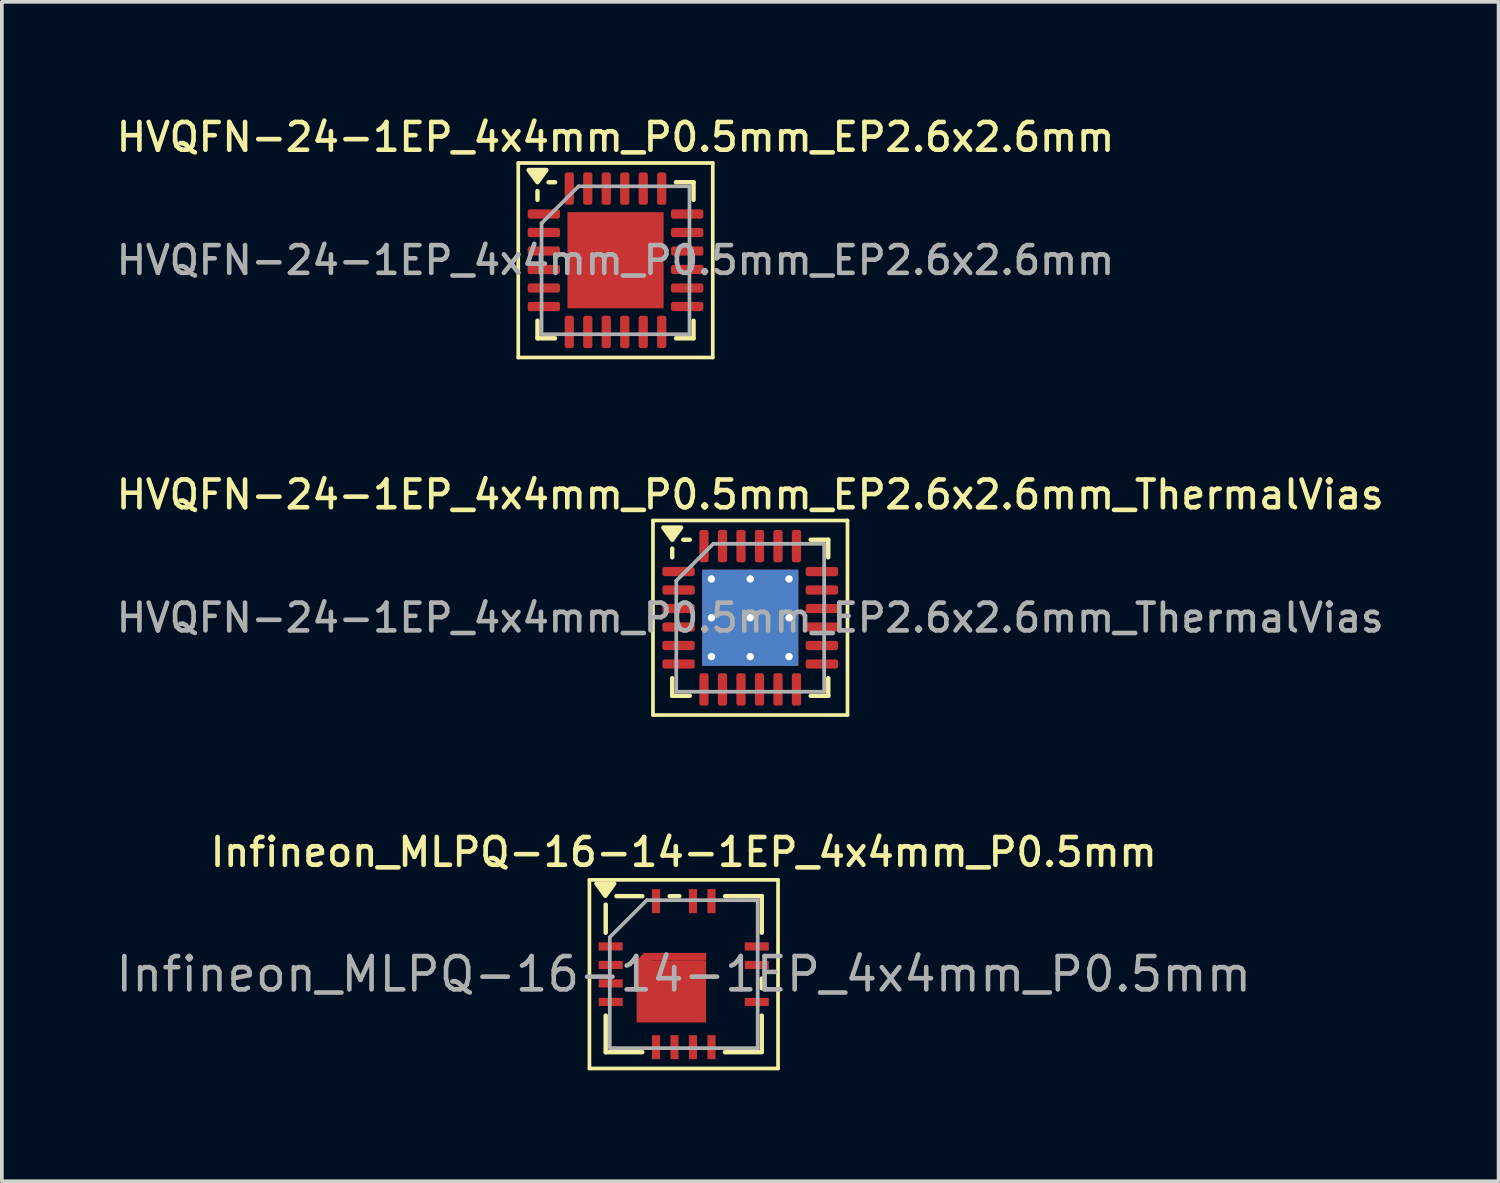
<source format=kicad_pcb>
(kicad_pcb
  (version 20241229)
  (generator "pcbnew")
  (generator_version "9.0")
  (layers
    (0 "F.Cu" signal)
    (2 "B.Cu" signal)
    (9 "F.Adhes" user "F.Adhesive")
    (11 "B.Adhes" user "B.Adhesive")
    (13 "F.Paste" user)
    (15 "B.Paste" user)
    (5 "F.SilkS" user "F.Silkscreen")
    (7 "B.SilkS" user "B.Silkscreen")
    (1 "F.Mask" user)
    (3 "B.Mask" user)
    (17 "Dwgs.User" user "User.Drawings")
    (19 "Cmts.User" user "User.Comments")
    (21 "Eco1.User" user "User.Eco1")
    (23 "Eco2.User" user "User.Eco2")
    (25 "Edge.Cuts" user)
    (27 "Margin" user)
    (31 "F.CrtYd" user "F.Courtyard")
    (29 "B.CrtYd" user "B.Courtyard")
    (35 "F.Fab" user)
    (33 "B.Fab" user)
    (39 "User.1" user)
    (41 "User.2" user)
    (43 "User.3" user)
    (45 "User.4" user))
  (footprint "Infineon_MLPQ-16-14-1EP_4x4mm_P0.5mm"
    (layer "F.Cu")
    (at 15.44 23.294)
    (property "Reference" "Infineon_MLPQ-16-14-1EP_4x4mm_P0.5mm" (at 0 -3.3 0) (layer "F.SilkS") (effects (font (size 0.75 0.75) (thickness 0.125))))
    (attr smd)
    (fp_line (start -2.55 -2.55) (end 2.55 -2.55) (stroke (width 0.1) (type solid)) (layer "F.SilkS"))
    (fp_line (start -2.55 2.55) (end -2.55 -2.55) (stroke (width 0.1) (type solid)) (layer "F.SilkS"))
    (fp_line (start -2.11 -1.88) (end -2.11 -1.12) (stroke (width 0.12) (type solid)) (layer "F.SilkS"))
    (fp_line (start -2.11 1.12) (end -2.11 2.11) (stroke (width 0.12) (type solid)) (layer "F.SilkS"))
    (fp_line (start -1.12 -2.11) (end -1.82 -2.11) (stroke (width 0.12) (type solid)) (layer "F.SilkS"))
    (fp_line (start -1.12 2.11) (end -2.11 2.11) (stroke (width 0.12) (type solid)) (layer "F.SilkS"))
    (fp_line (start -0.12 -2.11) (end -0.38 -2.11) (stroke (width 0.12) (type solid)) (layer "F.SilkS"))
    (fp_line (start 2.105 2.11) (end 1.115 2.11) (stroke (width 0.12) (type solid)) (layer "F.SilkS"))
    (fp_line (start 2.11 -2.11) (end 1.12 -2.11) (stroke (width 0.12) (type solid)) (layer "F.SilkS"))
    (fp_line (start 2.11 -2.11) (end 2.11 -1.12) (stroke (width 0.12) (type solid)) (layer "F.SilkS"))
    (fp_line (start 2.11 0.12) (end 2.11 0.38) (stroke (width 0.12) (type solid)) (layer "F.SilkS"))
    (fp_line (start 2.11 1.12) (end 2.11 2.1) (stroke (width 0.12) (type solid)) (layer "F.SilkS"))
    (fp_line (start 2.55 -2.55) (end 2.55 2.55) (stroke (width 0.1) (type solid)) (layer "F.SilkS"))
    (fp_line (start 2.55 2.55) (end -2.55 2.55) (stroke (width 0.1) (type solid)) (layer "F.SilkS"))
    (fp_poly (pts (xy -2.12 -2.12) (xy -2.36 -2.45) (xy -1.88 -2.45) (xy -2.12 -2.12)) (stroke (width 0.12) (type solid)) (fill yes) (layer "F.SilkS"))
    (fp_line (start -2 2) (end -2 -1) (stroke (width 0.1) (type solid)) (layer "F.Fab"))
    (fp_line (start -1 -2) (end -2 -1) (stroke (width 0.1) (type solid)) (layer "F.Fab"))
    (fp_line (start -1 -2) (end 2 -2) (stroke (width 0.1) (type solid)) (layer "F.Fab"))
    (fp_line (start 2 -2) (end 2 2) (stroke (width 0.1) (type solid)) (layer "F.Fab"))
    (fp_line (start 2 2) (end -2 2) (stroke (width 0.1) (type solid)) (layer "F.Fab"))
    (fp_text user "${REFERENCE}" (at 0 0 0) (layer "F.Fab") (effects (font (size 0.9 0.9) (thickness 0.125))))
    (pad "" smd rect (at -0.335 -0.105) (size 1.5 0.8) (layers "F.Paste"))
    (pad "" smd rect (at -0.335 0.835) (size 1.5 0.8) (layers "F.Paste"))
    (pad "1" smd rect (at -1.975 -0.75) (size 0.65 0.22) (layers "F.Cu" "F.Mask" "F.Paste"))
    (pad "2" smd rect (at -1.975 -0.25) (size 0.65 0.22) (layers "F.Cu" "F.Mask" "F.Paste"))
    (pad "3" smd rect (at -1.975 0.25) (size 0.65 0.22) (layers "F.Cu" "F.Mask" "F.Paste"))
    (pad "4" smd rect (at -1.975 0.75) (size 0.65 0.22) (layers "F.Cu" "F.Mask" "F.Paste"))
    (pad "5" smd rect (at -0.75 1.975) (size 0.22 0.65) (layers "F.Cu" "F.Mask" "F.Paste"))
    (pad "6" smd rect (at -0.25 1.975) (size 0.22 0.65) (layers "F.Cu" "F.Mask" "F.Paste"))
    (pad "7" smd rect (at 0.25 1.975) (size 0.22 0.65) (layers "F.Cu" "F.Mask" "F.Paste"))
    (pad "8" smd rect (at 0.75 1.975) (size 0.22 0.65) (layers "F.Cu" "F.Mask" "F.Paste"))
    (pad "9" smd rect (at 1.975 0.75) (size 0.65 0.22) (layers "F.Cu" "F.Mask" "F.Paste"))
    (pad "11" smd rect (at 1.975 -0.25) (size 0.65 0.22) (layers "F.Cu" "F.Mask" "F.Paste"))
    (pad "12" smd rect (at 1.975 -0.75) (size 0.65 0.22) (layers "F.Cu" "F.Mask" "F.Paste"))
    (pad "13" smd rect (at 0.75 -1.975) (size 0.22 0.65) (layers "F.Cu" "F.Mask" "F.Paste"))
    (pad "14" smd rect (at 0.25 -1.975) (size 0.22 0.65) (layers "F.Cu" "F.Mask" "F.Paste"))
    (pad "16" smd rect (at -0.75 -1.975) (size 0.22 0.65) (layers "F.Cu" "F.Mask" "F.Paste"))
    (pad "17" smd rect (at -1.075 -0.375 45) (size 0.283 0.283) (layers "F.Cu" "F.Mask"))
    (pad "17" smd rect (at -0.335 0.465) (size 1.88 1.68) (layers "F.Cu" "F.Mask"))
    (pad "17" smd rect (at -0.235 -0.475) (size 1.68 0.2) (layers "F.Cu" "F.Mask")))
  (footprint "HVQFN-24-1EP_4x4mm_P0.5mm_EP2.6x2.6mm_ThermalVias"
    (layer "F.Cu")
    (at 17.238 13.656)
    (property "Reference" "HVQFN-24-1EP_4x4mm_P0.5mm_EP2.6x2.6mm_ThermalVias" (at 0 -3.33 0) (layer "F.SilkS") (effects (font (size 0.75 0.75) (thickness 0.125))))
    (attr smd)
    (fp_line (start -2.63 -2.63) (end -2.63 2.63) (stroke (width 0.1) (type solid)) (layer "F.SilkS"))
    (fp_line (start -2.63 2.63) (end 2.63 2.63) (stroke (width 0.1) (type solid)) (layer "F.SilkS"))
    (fp_line (start -2.11 -1.635) (end -2.11 -1.87) (stroke (width 0.12) (type solid)) (layer "F.SilkS"))
    (fp_line (start -2.11 2.11) (end -2.11 1.635) (stroke (width 0.12) (type solid)) (layer "F.SilkS"))
    (fp_line (start -1.635 -2.11) (end -1.81 -2.11) (stroke (width 0.12) (type solid)) (layer "F.SilkS"))
    (fp_line (start -1.635 2.11) (end -2.11 2.11) (stroke (width 0.12) (type solid)) (layer "F.SilkS"))
    (fp_line (start 1.635 -2.11) (end 2.11 -2.11) (stroke (width 0.12) (type solid)) (layer "F.SilkS"))
    (fp_line (start 1.635 2.11) (end 2.11 2.11) (stroke (width 0.12) (type solid)) (layer "F.SilkS"))
    (fp_line (start 2.11 -2.11) (end 2.11 -1.635) (stroke (width 0.12) (type solid)) (layer "F.SilkS"))
    (fp_line (start 2.11 2.11) (end 2.11 1.635) (stroke (width 0.12) (type solid)) (layer "F.SilkS"))
    (fp_line (start 2.63 -2.63) (end -2.63 -2.63) (stroke (width 0.1) (type solid)) (layer "F.SilkS"))
    (fp_line (start 2.63 2.63) (end 2.63 -2.63) (stroke (width 0.1) (type solid)) (layer "F.SilkS"))
    (fp_poly (pts (xy -2.11 -2.11) (xy -2.35 -2.44) (xy -1.87 -2.44) (xy -2.11 -2.11)) (stroke (width 0.12) (type solid)) (fill yes) (layer "F.SilkS"))
    (fp_line (start -2 -1) (end -1 -2) (stroke (width 0.1) (type solid)) (layer "F.Fab"))
    (fp_line (start -2 2) (end -2 -1) (stroke (width 0.1) (type solid)) (layer "F.Fab"))
    (fp_line (start -1 -2) (end 2 -2) (stroke (width 0.1) (type solid)) (layer "F.Fab"))
    (fp_line (start 2 -2) (end 2 2) (stroke (width 0.1) (type solid)) (layer "F.Fab"))
    (fp_line (start 2 2) (end -2 2) (stroke (width 0.1) (type solid)) (layer "F.Fab"))
    (fp_text user "${REFERENCE}" (at 0 0 0) (layer "F.Fab") (effects (font (size 0.75 0.75) (thickness 0.125))))
    (pad "" smd custom (at -0.525 -0.525) (size 0.825 0.825) (layers "F.Paste") (options (anchor circle)) (primitives (gr_poly (pts (xy -0.343 -0.227) (xy -0.227 -0.343) (xy 0.227 -0.343) (xy 0.343 -0.227) (xy 0.343 0.227) (xy 0.227 0.343) (xy -0.227 0.343) (xy -0.343 0.227)) (width 0.279) (fill yes))))
    (pad "" smd custom (at -0.525 0.525) (size 0.825 0.825) (layers "F.Paste") (options (anchor circle)) (primitives (gr_poly (pts (xy -0.343 -0.227) (xy -0.227 -0.343) (xy 0.227 -0.343) (xy 0.343 -0.227) (xy 0.343 0.227) (xy 0.227 0.343) (xy -0.227 0.343) (xy -0.343 0.227)) (width 0.279) (fill yes))))
    (pad "" smd custom (at 0.525 -0.525) (size 0.825 0.825) (layers "F.Paste") (options (anchor circle)) (primitives (gr_poly (pts (xy -0.343 -0.227) (xy -0.227 -0.343) (xy 0.227 -0.343) (xy 0.343 -0.227) (xy 0.343 0.227) (xy 0.227 0.343) (xy -0.227 0.343) (xy -0.343 0.227)) (width 0.279) (fill yes))))
    (pad "" smd custom (at 0.525 0.525) (size 0.825 0.825) (layers "F.Paste") (options (anchor circle)) (primitives (gr_poly (pts (xy -0.343 -0.227) (xy -0.227 -0.343) (xy 0.227 -0.343) (xy 0.343 -0.227) (xy 0.343 0.227) (xy 0.227 0.343) (xy -0.227 0.343) (xy -0.343 0.227)) (width 0.279) (fill yes))))
    (pad "1" smd roundrect (at -1.938 -1.25) (size 0.875 0.25) (layers "F.Cu" "F.Mask" "F.Paste") (roundrect_rratio 0.25))
    (pad "2" smd roundrect (at -1.938 -0.75) (size 0.875 0.25) (layers "F.Cu" "F.Mask" "F.Paste") (roundrect_rratio 0.25))
    (pad "3" smd roundrect (at -1.938 -0.25) (size 0.875 0.25) (layers "F.Cu" "F.Mask" "F.Paste") (roundrect_rratio 0.25))
    (pad "4" smd roundrect (at -1.938 0.25) (size 0.875 0.25) (layers "F.Cu" "F.Mask" "F.Paste") (roundrect_rratio 0.25))
    (pad "5" smd roundrect (at -1.938 0.75) (size 0.875 0.25) (layers "F.Cu" "F.Mask" "F.Paste") (roundrect_rratio 0.25))
    (pad "6" smd roundrect (at -1.938 1.25) (size 0.875 0.25) (layers "F.Cu" "F.Mask" "F.Paste") (roundrect_rratio 0.25))
    (pad "7" smd roundrect (at -1.25 1.938) (size 0.25 0.875) (layers "F.Cu" "F.Mask" "F.Paste") (roundrect_rratio 0.25))
    (pad "8" smd roundrect (at -0.75 1.938) (size 0.25 0.875) (layers "F.Cu" "F.Mask" "F.Paste") (roundrect_rratio 0.25))
    (pad "9" smd roundrect (at -0.25 1.938) (size 0.25 0.875) (layers "F.Cu" "F.Mask" "F.Paste") (roundrect_rratio 0.25))
    (pad "10" smd roundrect (at 0.25 1.938) (size 0.25 0.875) (layers "F.Cu" "F.Mask" "F.Paste") (roundrect_rratio 0.25))
    (pad "11" smd roundrect (at 0.75 1.938) (size 0.25 0.875) (layers "F.Cu" "F.Mask" "F.Paste") (roundrect_rratio 0.25))
    (pad "12" smd roundrect (at 1.25 1.938) (size 0.25 0.875) (layers "F.Cu" "F.Mask" "F.Paste") (roundrect_rratio 0.25))
    (pad "13" smd roundrect (at 1.938 1.25) (size 0.875 0.25) (layers "F.Cu" "F.Mask" "F.Paste") (roundrect_rratio 0.25))
    (pad "14" smd roundrect (at 1.938 0.75) (size 0.875 0.25) (layers "F.Cu" "F.Mask" "F.Paste") (roundrect_rratio 0.25))
    (pad "15" smd roundrect (at 1.938 0.25) (size 0.875 0.25) (layers "F.Cu" "F.Mask" "F.Paste") (roundrect_rratio 0.25))
    (pad "16" smd roundrect (at 1.938 -0.25) (size 0.875 0.25) (layers "F.Cu" "F.Mask" "F.Paste") (roundrect_rratio 0.25))
    (pad "17" smd roundrect (at 1.938 -0.75) (size 0.875 0.25) (layers "F.Cu" "F.Mask" "F.Paste") (roundrect_rratio 0.25))
    (pad "18" smd roundrect (at 1.938 -1.25) (size 0.875 0.25) (layers "F.Cu" "F.Mask" "F.Paste") (roundrect_rratio 0.25))
    (pad "19" smd roundrect (at 1.25 -1.938) (size 0.25 0.875) (layers "F.Cu" "F.Mask" "F.Paste") (roundrect_rratio 0.25))
    (pad "20" smd roundrect (at 0.75 -1.938) (size 0.25 0.875) (layers "F.Cu" "F.Mask" "F.Paste") (roundrect_rratio 0.25))
    (pad "21" smd roundrect (at 0.25 -1.938) (size 0.25 0.875) (layers "F.Cu" "F.Mask" "F.Paste") (roundrect_rratio 0.25))
    (pad "22" smd roundrect (at -0.25 -1.938) (size 0.25 0.875) (layers "F.Cu" "F.Mask" "F.Paste") (roundrect_rratio 0.25))
    (pad "23" smd roundrect (at -0.75 -1.938) (size 0.25 0.875) (layers "F.Cu" "F.Mask" "F.Paste") (roundrect_rratio 0.25))
    (pad "24" smd roundrect (at -1.25 -1.938) (size 0.25 0.875) (layers "F.Cu" "F.Mask" "F.Paste") (roundrect_rratio 0.25))
    (pad "25" thru_hole circle (at -1.05 -1.05) (size 0.5 0.5) (drill 0.2) (property pad_prop_heatsink) (layers "*.Cu"))
    (pad "25" thru_hole circle (at -1.05 0) (size 0.5 0.5) (drill 0.2) (property pad_prop_heatsink) (layers "*.Cu"))
    (pad "25" thru_hole circle (at -1.05 1.05) (size 0.5 0.5) (drill 0.2) (property pad_prop_heatsink) (layers "*.Cu"))
    (pad "25" thru_hole circle (at 0 -1.05) (size 0.5 0.5) (drill 0.2) (property pad_prop_heatsink) (layers "*.Cu"))
    (pad "25" thru_hole circle (at 0 0) (size 0.5 0.5) (drill 0.2) (property pad_prop_heatsink) (layers "*.Cu"))
    (pad "25" smd rect (at 0 0) (size 2.6 2.6) (property pad_prop_heatsink) (layers "F.Cu" "F.Mask"))
    (pad "25" smd rect (at 0 0) (size 2.6 2.6) (property pad_prop_heatsink) (layers "B.Cu"))
    (pad "25" thru_hole circle (at 0 1.05) (size 0.5 0.5) (drill 0.2) (property pad_prop_heatsink) (layers "*.Cu"))
    (pad "25" thru_hole circle (at 1.05 -1.05) (size 0.5 0.5) (drill 0.2) (property pad_prop_heatsink) (layers "*.Cu"))
    (pad "25" thru_hole circle (at 1.05 0) (size 0.5 0.5) (drill 0.2) (property pad_prop_heatsink) (layers "*.Cu"))
    (pad "25" thru_hole circle (at 1.05 1.05) (size 0.5 0.5) (drill 0.2) (property pad_prop_heatsink) (layers "*.Cu")))
  (footprint "HVQFN-24-1EP_4x4mm_P0.5mm_EP2.6x2.6mm"
    (layer "F.Cu")
    (at 13.595 3.988)
    (property "Reference" "HVQFN-24-1EP_4x4mm_P0.5mm_EP2.6x2.6mm" (at 0 -3.33 0) (layer "F.SilkS") (effects (font (size 0.75 0.75) (thickness 0.125))))
    (attr smd)
    (fp_line (start -2.63 -2.63) (end -2.63 2.63) (stroke (width 0.1) (type solid)) (layer "F.SilkS"))
    (fp_line (start -2.63 2.63) (end 2.63 2.63) (stroke (width 0.1) (type solid)) (layer "F.SilkS"))
    (fp_line (start -2.11 -1.635) (end -2.11 -1.87) (stroke (width 0.12) (type solid)) (layer "F.SilkS"))
    (fp_line (start -2.11 2.11) (end -2.11 1.635) (stroke (width 0.12) (type solid)) (layer "F.SilkS"))
    (fp_line (start -1.635 -2.11) (end -1.81 -2.11) (stroke (width 0.12) (type solid)) (layer "F.SilkS"))
    (fp_line (start -1.635 2.11) (end -2.11 2.11) (stroke (width 0.12) (type solid)) (layer "F.SilkS"))
    (fp_line (start 1.635 -2.11) (end 2.11 -2.11) (stroke (width 0.12) (type solid)) (layer "F.SilkS"))
    (fp_line (start 1.635 2.11) (end 2.11 2.11) (stroke (width 0.12) (type solid)) (layer "F.SilkS"))
    (fp_line (start 2.11 -2.11) (end 2.11 -1.635) (stroke (width 0.12) (type solid)) (layer "F.SilkS"))
    (fp_line (start 2.11 2.11) (end 2.11 1.635) (stroke (width 0.12) (type solid)) (layer "F.SilkS"))
    (fp_line (start 2.63 -2.63) (end -2.63 -2.63) (stroke (width 0.1) (type solid)) (layer "F.SilkS"))
    (fp_line (start 2.63 2.63) (end 2.63 -2.63) (stroke (width 0.1) (type solid)) (layer "F.SilkS"))
    (fp_poly (pts (xy -2.11 -2.11) (xy -2.35 -2.44) (xy -1.87 -2.44) (xy -2.11 -2.11)) (stroke (width 0.12) (type solid)) (fill yes) (layer "F.SilkS"))
    (fp_line (start -2 -1) (end -1 -2) (stroke (width 0.1) (type solid)) (layer "F.Fab"))
    (fp_line (start -2 2) (end -2 -1) (stroke (width 0.1) (type solid)) (layer "F.Fab"))
    (fp_line (start -1 -2) (end 2 -2) (stroke (width 0.1) (type solid)) (layer "F.Fab"))
    (fp_line (start 2 -2) (end 2 2) (stroke (width 0.1) (type solid)) (layer "F.Fab"))
    (fp_line (start 2 2) (end -2 2) (stroke (width 0.1) (type solid)) (layer "F.Fab"))
    (fp_text user "${REFERENCE}" (at 0 0 0) (layer "F.Fab") (effects (font (size 0.75 0.75) (thickness 0.125))))
    (pad "" smd roundrect (at -0.87 -0.87) (size 0.7 0.7) (layers "F.Paste") (roundrect_rratio 0.25))
    (pad "" smd roundrect (at -0.87 0) (size 0.7 0.7) (layers "F.Paste") (roundrect_rratio 0.25))
    (pad "" smd roundrect (at -0.87 0.87) (size 0.7 0.7) (layers "F.Paste") (roundrect_rratio 0.25))
    (pad "" smd roundrect (at 0 -0.87) (size 0.7 0.7) (layers "F.Paste") (roundrect_rratio 0.25))
    (pad "" smd roundrect (at 0 0) (size 0.7 0.7) (layers "F.Paste") (roundrect_rratio 0.25))
    (pad "" smd roundrect (at 0 0.87) (size 0.7 0.7) (layers "F.Paste") (roundrect_rratio 0.25))
    (pad "" smd roundrect (at 0.87 -0.87) (size 0.7 0.7) (layers "F.Paste") (roundrect_rratio 0.25))
    (pad "" smd roundrect (at 0.87 0) (size 0.7 0.7) (layers "F.Paste") (roundrect_rratio 0.25))
    (pad "" smd roundrect (at 0.87 0.87) (size 0.7 0.7) (layers "F.Paste") (roundrect_rratio 0.25))
    (pad "1" smd roundrect (at -1.938 -1.25) (size 0.875 0.25) (layers "F.Cu" "F.Mask" "F.Paste") (roundrect_rratio 0.25))
    (pad "2" smd roundrect (at -1.938 -0.75) (size 0.875 0.25) (layers "F.Cu" "F.Mask" "F.Paste") (roundrect_rratio 0.25))
    (pad "3" smd roundrect (at -1.938 -0.25) (size 0.875 0.25) (layers "F.Cu" "F.Mask" "F.Paste") (roundrect_rratio 0.25))
    (pad "4" smd roundrect (at -1.938 0.25) (size 0.875 0.25) (layers "F.Cu" "F.Mask" "F.Paste") (roundrect_rratio 0.25))
    (pad "5" smd roundrect (at -1.938 0.75) (size 0.875 0.25) (layers "F.Cu" "F.Mask" "F.Paste") (roundrect_rratio 0.25))
    (pad "6" smd roundrect (at -1.938 1.25) (size 0.875 0.25) (layers "F.Cu" "F.Mask" "F.Paste") (roundrect_rratio 0.25))
    (pad "7" smd roundrect (at -1.25 1.938) (size 0.25 0.875) (layers "F.Cu" "F.Mask" "F.Paste") (roundrect_rratio 0.25))
    (pad "8" smd roundrect (at -0.75 1.938) (size 0.25 0.875) (layers "F.Cu" "F.Mask" "F.Paste") (roundrect_rratio 0.25))
    (pad "9" smd roundrect (at -0.25 1.938) (size 0.25 0.875) (layers "F.Cu" "F.Mask" "F.Paste") (roundrect_rratio 0.25))
    (pad "10" smd roundrect (at 0.25 1.938) (size 0.25 0.875) (layers "F.Cu" "F.Mask" "F.Paste") (roundrect_rratio 0.25))
    (pad "11" smd roundrect (at 0.75 1.938) (size 0.25 0.875) (layers "F.Cu" "F.Mask" "F.Paste") (roundrect_rratio 0.25))
    (pad "12" smd roundrect (at 1.25 1.938) (size 0.25 0.875) (layers "F.Cu" "F.Mask" "F.Paste") (roundrect_rratio 0.25))
    (pad "13" smd roundrect (at 1.938 1.25) (size 0.875 0.25) (layers "F.Cu" "F.Mask" "F.Paste") (roundrect_rratio 0.25))
    (pad "14" smd roundrect (at 1.938 0.75) (size 0.875 0.25) (layers "F.Cu" "F.Mask" "F.Paste") (roundrect_rratio 0.25))
    (pad "15" smd roundrect (at 1.938 0.25) (size 0.875 0.25) (layers "F.Cu" "F.Mask" "F.Paste") (roundrect_rratio 0.25))
    (pad "16" smd roundrect (at 1.938 -0.25) (size 0.875 0.25) (layers "F.Cu" "F.Mask" "F.Paste") (roundrect_rratio 0.25))
    (pad "17" smd roundrect (at 1.938 -0.75) (size 0.875 0.25) (layers "F.Cu" "F.Mask" "F.Paste") (roundrect_rratio 0.25))
    (pad "18" smd roundrect (at 1.938 -1.25) (size 0.875 0.25) (layers "F.Cu" "F.Mask" "F.Paste") (roundrect_rratio 0.25))
    (pad "19" smd roundrect (at 1.25 -1.938) (size 0.25 0.875) (layers "F.Cu" "F.Mask" "F.Paste") (roundrect_rratio 0.25))
    (pad "20" smd roundrect (at 0.75 -1.938) (size 0.25 0.875) (layers "F.Cu" "F.Mask" "F.Paste") (roundrect_rratio 0.25))
    (pad "21" smd roundrect (at 0.25 -1.938) (size 0.25 0.875) (layers "F.Cu" "F.Mask" "F.Paste") (roundrect_rratio 0.25))
    (pad "22" smd roundrect (at -0.25 -1.938) (size 0.25 0.875) (layers "F.Cu" "F.Mask" "F.Paste") (roundrect_rratio 0.25))
    (pad "23" smd roundrect (at -0.75 -1.938) (size 0.25 0.875) (layers "F.Cu" "F.Mask" "F.Paste") (roundrect_rratio 0.25))
    (pad "24" smd roundrect (at -1.25 -1.938) (size 0.25 0.875) (layers "F.Cu" "F.Mask" "F.Paste") (roundrect_rratio 0.25))
    (pad "25" smd rect (at 0 0) (size 2.6 2.6) (property pad_prop_heatsink) (layers "F.Cu" "F.Mask")))
  (gr_rect
    (start -3 -3)
    (end 37.475 28.894)
    (stroke (width 0.1) (type default))
    (fill no)
    (layer "Edge.Cuts")))
</source>
